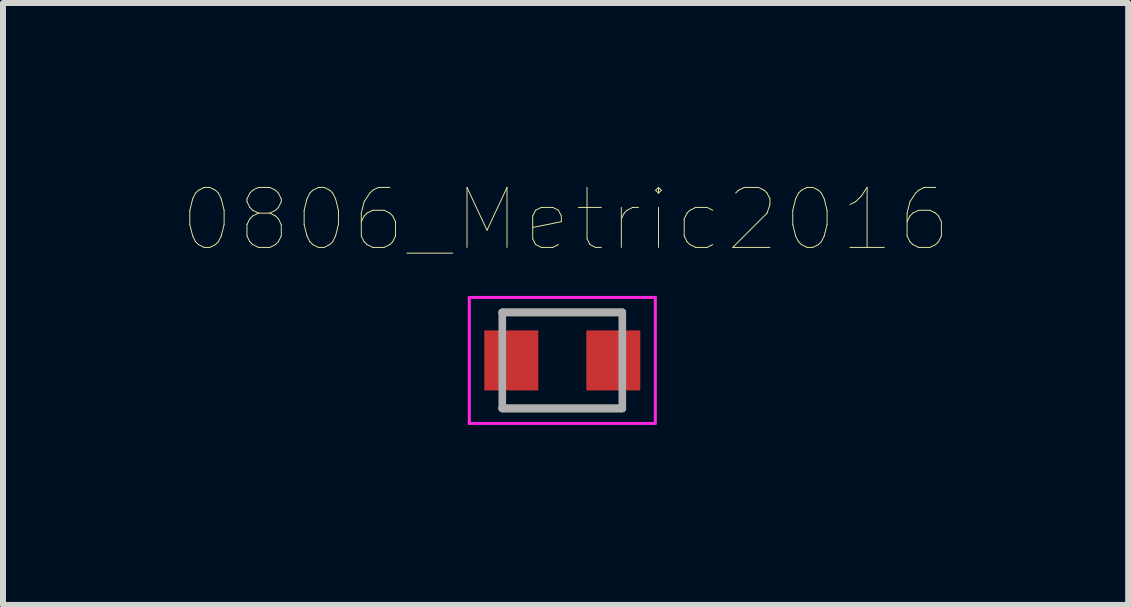
<source format=kicad_pcb>
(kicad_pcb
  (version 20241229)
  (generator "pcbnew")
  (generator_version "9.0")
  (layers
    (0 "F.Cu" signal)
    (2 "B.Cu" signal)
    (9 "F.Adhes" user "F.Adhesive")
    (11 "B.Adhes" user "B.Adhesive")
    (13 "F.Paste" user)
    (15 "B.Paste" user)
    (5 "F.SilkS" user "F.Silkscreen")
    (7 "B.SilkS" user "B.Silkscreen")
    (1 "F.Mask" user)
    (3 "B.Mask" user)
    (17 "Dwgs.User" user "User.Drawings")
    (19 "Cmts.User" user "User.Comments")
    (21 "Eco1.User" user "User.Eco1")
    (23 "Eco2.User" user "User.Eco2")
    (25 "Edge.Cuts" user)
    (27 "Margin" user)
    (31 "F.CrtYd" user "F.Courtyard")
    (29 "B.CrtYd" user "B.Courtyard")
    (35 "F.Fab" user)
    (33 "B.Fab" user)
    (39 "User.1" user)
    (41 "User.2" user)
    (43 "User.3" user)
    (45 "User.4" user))
  (footprint "0806_Metric2016"
    (layer "F.Cu")
    (at 6.32 2.956)
    (property "Reference" "0806_Metric2016" (at 0.055 -2.345 0) (layer "F.SilkS") (effects (font (size 1 1) (thickness 0.015))))
    (attr through_hole)
    (fp_line (start -1 -0.8) (end 1 -0.8) (stroke (width 0.127) (type solid)) (layer "F.SilkS"))
    (fp_line (start 1 0.8) (end -1 0.8) (stroke (width 0.127) (type solid)) (layer "F.SilkS"))
    (fp_line (start -1.55 -1.05) (end 1.55 -1.05) (stroke (width 0.05) (type solid)) (layer "F.CrtYd"))
    (fp_line (start -1.55 1.05) (end -1.55 -1.05) (stroke (width 0.05) (type solid)) (layer "F.CrtYd"))
    (fp_line (start 1.55 -1.05) (end 1.55 1.05) (stroke (width 0.05) (type solid)) (layer "F.CrtYd"))
    (fp_line (start 1.55 1.05) (end -1.55 1.05) (stroke (width 0.05) (type solid)) (layer "F.CrtYd"))
    (fp_line (start -1 -0.8) (end 1 -0.8) (stroke (width 0.127) (type solid)) (layer "F.Fab"))
    (fp_line (start -1 0.8) (end -1 -0.8) (stroke (width 0.127) (type solid)) (layer "F.Fab"))
    (fp_line (start 1 -0.8) (end 1 0.8) (stroke (width 0.127) (type solid)) (layer "F.Fab"))
    (fp_line (start 1 0.8) (end -1 0.8) (stroke (width 0.127) (type solid)) (layer "F.Fab"))
    (pad "1" smd rect (at -0.85 0) (size 0.9 1) (layers "F.Cu" "F.Mask" "F.Paste"))
    (pad "2" smd rect (at 0.85 0) (size 0.9 1) (layers "F.Cu" "F.Mask" "F.Paste")))
  (gr_rect
    (start -3 -3)
    (end 15.75 7.031)
    (stroke (width 0.1) (type default))
    (fill no)
    (layer "Edge.Cuts")))
</source>
